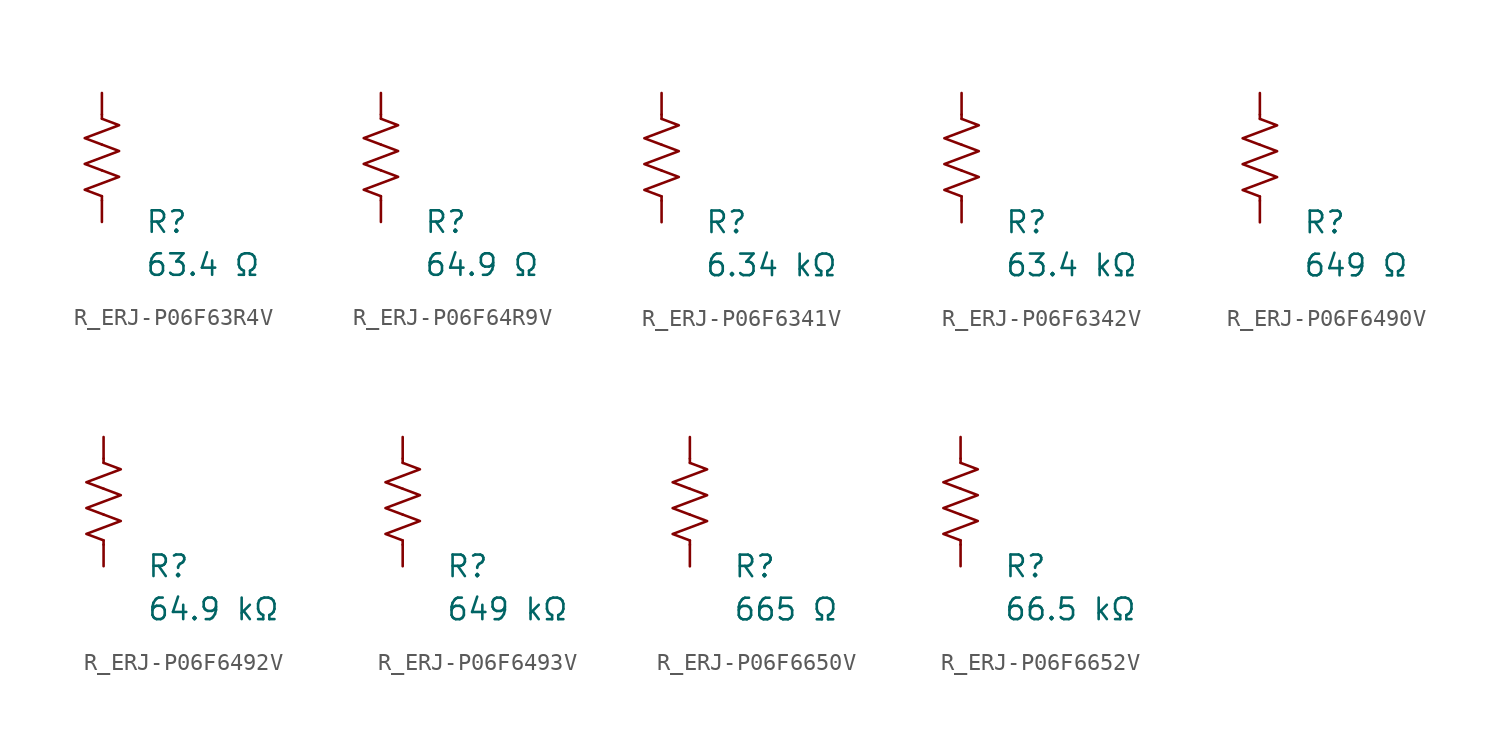
<source format=kicad_sym>
(kicad_symbol_lib
  (version 20231120)
  (generator "kicad_symbol_editor")
  (generator_version "8.0")
  (symbol "R_ERJ-P06F63R4V"
    (pin_numbers hide)
    (pin_names
      (offset 0))
    (property "Reference" "R"
      (at 2.54 -3.81 0)
      (effects (font (size 1.27 1.27)) (justify left))
      (show_name no))
    (property "Value" "63.4 Ω"
      (at 2.54 -6.35 0)
      (effects (font (size 1.27 1.27)) (justify left))
      (show_name no))
    (symbol "R_ERJ-P06F63R4V_0_1"
      (polyline (pts (xy 0 -2.286) (xy 0 -2.54)) (stroke (width 0) (type default)) (fill (type none)))
      (polyline (pts (xy 0 2.286) (xy 0 2.54)) (stroke (width 0) (type default)) (fill (type none)))
      (polyline (pts (xy 0 -0.762) (xy 1.016 -1.143) (xy 0 -1.524) (xy -1.016 -1.905) (xy 0 -2.286)) (stroke (width 0) (type default)) (fill (type none)))
      (polyline (pts (xy 0 0.762) (xy 1.016 0.381) (xy 0 0) (xy -1.016 -0.381) (xy 0 -0.762)) (stroke (width 0) (type default)) (fill (type none)))
      (polyline (pts (xy 0 2.286) (xy 1.016 1.905) (xy 0 1.524) (xy -1.016 1.143) (xy 0 0.762)) (stroke (width 0) (type default)) (fill (type none))))
    (symbol "R_ERJ-P06F63R4V_1_1"
      (pin passive line (at 0 3.81 270) (length 1.27) (name "~" (effects (font (size 1.27 1.27)))) (number "1" (effects (font (size 1.27 1.27)))))
      (pin passive line (at 0 -3.81 90) (length 1.27) (name "~" (effects (font (size 1.27 1.27)))) (number "2" (effects (font (size 1.27 1.27)))))))
  (symbol "R_ERJ-P06F64R9V"
    (pin_numbers hide)
    (pin_names
      (offset 0))
    (property "Reference" "R"
      (at 2.54 -3.81 0)
      (effects (font (size 1.27 1.27)) (justify left))
      (show_name no))
    (property "Value" "64.9 Ω"
      (at 2.54 -6.35 0)
      (effects (font (size 1.27 1.27)) (justify left))
      (show_name no))
    (symbol "R_ERJ-P06F64R9V_0_1"
      (polyline (pts (xy 0 -2.286) (xy 0 -2.54)) (stroke (width 0) (type default)) (fill (type none)))
      (polyline (pts (xy 0 2.286) (xy 0 2.54)) (stroke (width 0) (type default)) (fill (type none)))
      (polyline (pts (xy 0 -0.762) (xy 1.016 -1.143) (xy 0 -1.524) (xy -1.016 -1.905) (xy 0 -2.286)) (stroke (width 0) (type default)) (fill (type none)))
      (polyline (pts (xy 0 0.762) (xy 1.016 0.381) (xy 0 0) (xy -1.016 -0.381) (xy 0 -0.762)) (stroke (width 0) (type default)) (fill (type none)))
      (polyline (pts (xy 0 2.286) (xy 1.016 1.905) (xy 0 1.524) (xy -1.016 1.143) (xy 0 0.762)) (stroke (width 0) (type default)) (fill (type none))))
    (symbol "R_ERJ-P06F64R9V_1_1"
      (pin passive line (at 0 3.81 270) (length 1.27) (name "~" (effects (font (size 1.27 1.27)))) (number "1" (effects (font (size 1.27 1.27)))))
      (pin passive line (at 0 -3.81 90) (length 1.27) (name "~" (effects (font (size 1.27 1.27)))) (number "2" (effects (font (size 1.27 1.27)))))))
  (symbol "R_ERJ-P06F6341V"
    (pin_numbers hide)
    (pin_names
      (offset 0))
    (property "Reference" "R"
      (at 2.54 -3.81 0)
      (effects (font (size 1.27 1.27)) (justify left))
      (show_name no))
    (property "Value" "6.34 kΩ"
      (at 2.54 -6.35 0)
      (effects (font (size 1.27 1.27)) (justify left))
      (show_name no))
    (symbol "R_ERJ-P06F6341V_0_1"
      (polyline (pts (xy 0 -2.286) (xy 0 -2.54)) (stroke (width 0) (type default)) (fill (type none)))
      (polyline (pts (xy 0 2.286) (xy 0 2.54)) (stroke (width 0) (type default)) (fill (type none)))
      (polyline (pts (xy 0 -0.762) (xy 1.016 -1.143) (xy 0 -1.524) (xy -1.016 -1.905) (xy 0 -2.286)) (stroke (width 0) (type default)) (fill (type none)))
      (polyline (pts (xy 0 0.762) (xy 1.016 0.381) (xy 0 0) (xy -1.016 -0.381) (xy 0 -0.762)) (stroke (width 0) (type default)) (fill (type none)))
      (polyline (pts (xy 0 2.286) (xy 1.016 1.905) (xy 0 1.524) (xy -1.016 1.143) (xy 0 0.762)) (stroke (width 0) (type default)) (fill (type none))))
    (symbol "R_ERJ-P06F6341V_1_1"
      (pin passive line (at 0 3.81 270) (length 1.27) (name "~" (effects (font (size 1.27 1.27)))) (number "1" (effects (font (size 1.27 1.27)))))
      (pin passive line (at 0 -3.81 90) (length 1.27) (name "~" (effects (font (size 1.27 1.27)))) (number "2" (effects (font (size 1.27 1.27)))))))
  (symbol "R_ERJ-P06F6342V"
    (pin_numbers hide)
    (pin_names
      (offset 0))
    (property "Reference" "R"
      (at 2.54 -3.81 0)
      (effects (font (size 1.27 1.27)) (justify left))
      (show_name no))
    (property "Value" "63.4 kΩ"
      (at 2.54 -6.35 0)
      (effects (font (size 1.27 1.27)) (justify left))
      (show_name no))
    (symbol "R_ERJ-P06F6342V_0_1"
      (polyline (pts (xy 0 -2.286) (xy 0 -2.54)) (stroke (width 0) (type default)) (fill (type none)))
      (polyline (pts (xy 0 2.286) (xy 0 2.54)) (stroke (width 0) (type default)) (fill (type none)))
      (polyline (pts (xy 0 -0.762) (xy 1.016 -1.143) (xy 0 -1.524) (xy -1.016 -1.905) (xy 0 -2.286)) (stroke (width 0) (type default)) (fill (type none)))
      (polyline (pts (xy 0 0.762) (xy 1.016 0.381) (xy 0 0) (xy -1.016 -0.381) (xy 0 -0.762)) (stroke (width 0) (type default)) (fill (type none)))
      (polyline (pts (xy 0 2.286) (xy 1.016 1.905) (xy 0 1.524) (xy -1.016 1.143) (xy 0 0.762)) (stroke (width 0) (type default)) (fill (type none))))
    (symbol "R_ERJ-P06F6342V_1_1"
      (pin passive line (at 0 3.81 270) (length 1.27) (name "~" (effects (font (size 1.27 1.27)))) (number "1" (effects (font (size 1.27 1.27)))))
      (pin passive line (at 0 -3.81 90) (length 1.27) (name "~" (effects (font (size 1.27 1.27)))) (number "2" (effects (font (size 1.27 1.27)))))))
  (symbol "R_ERJ-P06F6490V"
    (pin_numbers hide)
    (pin_names
      (offset 0))
    (property "Reference" "R"
      (at 2.54 -3.81 0)
      (effects (font (size 1.27 1.27)) (justify left))
      (show_name no))
    (property "Value" "649 Ω"
      (at 2.54 -6.35 0)
      (effects (font (size 1.27 1.27)) (justify left))
      (show_name no))
    (symbol "R_ERJ-P06F6490V_0_1"
      (polyline (pts (xy 0 -2.286) (xy 0 -2.54)) (stroke (width 0) (type default)) (fill (type none)))
      (polyline (pts (xy 0 2.286) (xy 0 2.54)) (stroke (width 0) (type default)) (fill (type none)))
      (polyline (pts (xy 0 -0.762) (xy 1.016 -1.143) (xy 0 -1.524) (xy -1.016 -1.905) (xy 0 -2.286)) (stroke (width 0) (type default)) (fill (type none)))
      (polyline (pts (xy 0 0.762) (xy 1.016 0.381) (xy 0 0) (xy -1.016 -0.381) (xy 0 -0.762)) (stroke (width 0) (type default)) (fill (type none)))
      (polyline (pts (xy 0 2.286) (xy 1.016 1.905) (xy 0 1.524) (xy -1.016 1.143) (xy 0 0.762)) (stroke (width 0) (type default)) (fill (type none))))
    (symbol "R_ERJ-P06F6490V_1_1"
      (pin passive line (at 0 3.81 270) (length 1.27) (name "~" (effects (font (size 1.27 1.27)))) (number "1" (effects (font (size 1.27 1.27)))))
      (pin passive line (at 0 -3.81 90) (length 1.27) (name "~" (effects (font (size 1.27 1.27)))) (number "2" (effects (font (size 1.27 1.27)))))))
  (symbol "R_ERJ-P06F6492V"
    (pin_numbers hide)
    (pin_names
      (offset 0))
    (property "Reference" "R"
      (at 2.54 -3.81 0)
      (effects (font (size 1.27 1.27)) (justify left))
      (show_name no))
    (property "Value" "64.9 kΩ"
      (at 2.54 -6.35 0)
      (effects (font (size 1.27 1.27)) (justify left))
      (show_name no))
    (symbol "R_ERJ-P06F6492V_0_1"
      (polyline (pts (xy 0 -2.286) (xy 0 -2.54)) (stroke (width 0) (type default)) (fill (type none)))
      (polyline (pts (xy 0 2.286) (xy 0 2.54)) (stroke (width 0) (type default)) (fill (type none)))
      (polyline (pts (xy 0 -0.762) (xy 1.016 -1.143) (xy 0 -1.524) (xy -1.016 -1.905) (xy 0 -2.286)) (stroke (width 0) (type default)) (fill (type none)))
      (polyline (pts (xy 0 0.762) (xy 1.016 0.381) (xy 0 0) (xy -1.016 -0.381) (xy 0 -0.762)) (stroke (width 0) (type default)) (fill (type none)))
      (polyline (pts (xy 0 2.286) (xy 1.016 1.905) (xy 0 1.524) (xy -1.016 1.143) (xy 0 0.762)) (stroke (width 0) (type default)) (fill (type none))))
    (symbol "R_ERJ-P06F6492V_1_1"
      (pin passive line (at 0 3.81 270) (length 1.27) (name "~" (effects (font (size 1.27 1.27)))) (number "1" (effects (font (size 1.27 1.27)))))
      (pin passive line (at 0 -3.81 90) (length 1.27) (name "~" (effects (font (size 1.27 1.27)))) (number "2" (effects (font (size 1.27 1.27)))))))
  (symbol "R_ERJ-P06F6493V"
    (pin_numbers hide)
    (pin_names
      (offset 0))
    (property "Reference" "R"
      (at 2.54 -3.81 0)
      (effects (font (size 1.27 1.27)) (justify left))
      (show_name no))
    (property "Value" "649 kΩ"
      (at 2.54 -6.35 0)
      (effects (font (size 1.27 1.27)) (justify left))
      (show_name no))
    (symbol "R_ERJ-P06F6493V_0_1"
      (polyline (pts (xy 0 -2.286) (xy 0 -2.54)) (stroke (width 0) (type default)) (fill (type none)))
      (polyline (pts (xy 0 2.286) (xy 0 2.54)) (stroke (width 0) (type default)) (fill (type none)))
      (polyline (pts (xy 0 -0.762) (xy 1.016 -1.143) (xy 0 -1.524) (xy -1.016 -1.905) (xy 0 -2.286)) (stroke (width 0) (type default)) (fill (type none)))
      (polyline (pts (xy 0 0.762) (xy 1.016 0.381) (xy 0 0) (xy -1.016 -0.381) (xy 0 -0.762)) (stroke (width 0) (type default)) (fill (type none)))
      (polyline (pts (xy 0 2.286) (xy 1.016 1.905) (xy 0 1.524) (xy -1.016 1.143) (xy 0 0.762)) (stroke (width 0) (type default)) (fill (type none))))
    (symbol "R_ERJ-P06F6493V_1_1"
      (pin passive line (at 0 3.81 270) (length 1.27) (name "~" (effects (font (size 1.27 1.27)))) (number "1" (effects (font (size 1.27 1.27)))))
      (pin passive line (at 0 -3.81 90) (length 1.27) (name "~" (effects (font (size 1.27 1.27)))) (number "2" (effects (font (size 1.27 1.27)))))))
  (symbol "R_ERJ-P06F6650V"
    (pin_numbers hide)
    (pin_names
      (offset 0))
    (property "Reference" "R"
      (at 2.54 -3.81 0)
      (effects (font (size 1.27 1.27)) (justify left))
      (show_name no))
    (property "Value" "665 Ω"
      (at 2.54 -6.35 0)
      (effects (font (size 1.27 1.27)) (justify left))
      (show_name no))
    (symbol "R_ERJ-P06F6650V_0_1"
      (polyline (pts (xy 0 -2.286) (xy 0 -2.54)) (stroke (width 0) (type default)) (fill (type none)))
      (polyline (pts (xy 0 2.286) (xy 0 2.54)) (stroke (width 0) (type default)) (fill (type none)))
      (polyline (pts (xy 0 -0.762) (xy 1.016 -1.143) (xy 0 -1.524) (xy -1.016 -1.905) (xy 0 -2.286)) (stroke (width 0) (type default)) (fill (type none)))
      (polyline (pts (xy 0 0.762) (xy 1.016 0.381) (xy 0 0) (xy -1.016 -0.381) (xy 0 -0.762)) (stroke (width 0) (type default)) (fill (type none)))
      (polyline (pts (xy 0 2.286) (xy 1.016 1.905) (xy 0 1.524) (xy -1.016 1.143) (xy 0 0.762)) (stroke (width 0) (type default)) (fill (type none))))
    (symbol "R_ERJ-P06F6650V_1_1"
      (pin passive line (at 0 3.81 270) (length 1.27) (name "~" (effects (font (size 1.27 1.27)))) (number "1" (effects (font (size 1.27 1.27)))))
      (pin passive line (at 0 -3.81 90) (length 1.27) (name "~" (effects (font (size 1.27 1.27)))) (number "2" (effects (font (size 1.27 1.27)))))))
  (symbol "R_ERJ-P06F6652V"
    (pin_numbers hide)
    (pin_names
      (offset 0))
    (property "Reference" "R"
      (at 2.54 -3.81 0)
      (effects (font (size 1.27 1.27)) (justify left))
      (show_name no))
    (property "Value" "66.5 kΩ"
      (at 2.54 -6.35 0)
      (effects (font (size 1.27 1.27)) (justify left))
      (show_name no))
    (symbol "R_ERJ-P06F6652V_0_1"
      (polyline (pts (xy 0 -2.286) (xy 0 -2.54)) (stroke (width 0) (type default)) (fill (type none)))
      (polyline (pts (xy 0 2.286) (xy 0 2.54)) (stroke (width 0) (type default)) (fill (type none)))
      (polyline (pts (xy 0 -0.762) (xy 1.016 -1.143) (xy 0 -1.524) (xy -1.016 -1.905) (xy 0 -2.286)) (stroke (width 0) (type default)) (fill (type none)))
      (polyline (pts (xy 0 0.762) (xy 1.016 0.381) (xy 0 0) (xy -1.016 -0.381) (xy 0 -0.762)) (stroke (width 0) (type default)) (fill (type none)))
      (polyline (pts (xy 0 2.286) (xy 1.016 1.905) (xy 0 1.524) (xy -1.016 1.143) (xy 0 0.762)) (stroke (width 0) (type default)) (fill (type none))))
    (symbol "R_ERJ-P06F6652V_1_1"
      (pin passive line (at 0 3.81 270) (length 1.27) (name "~" (effects (font (size 1.27 1.27)))) (number "1" (effects (font (size 1.27 1.27)))))
      (pin passive line (at 0 -3.81 90) (length 1.27) (name "~" (effects (font (size 1.27 1.27)))) (number "2" (effects (font (size 1.27 1.27))))))))
</source>
